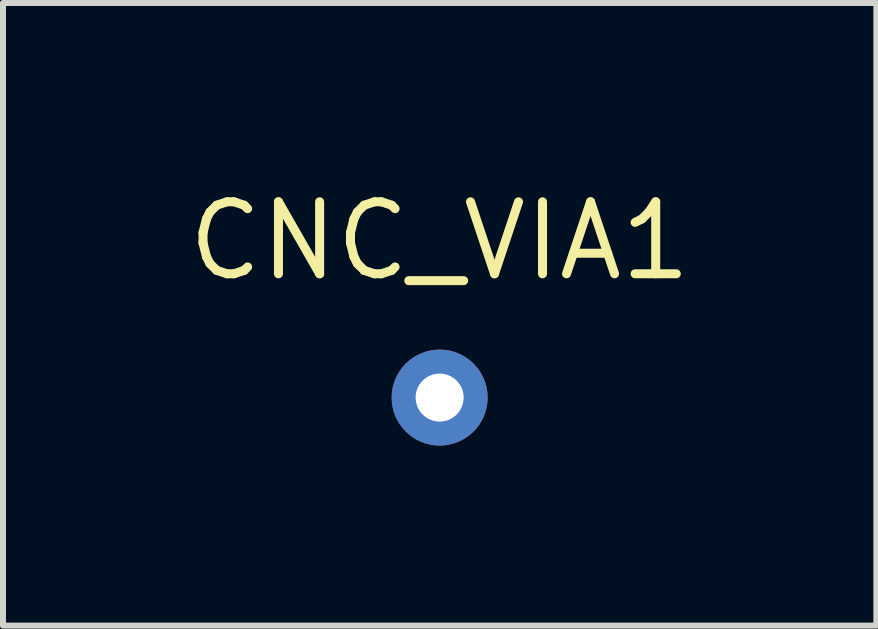
<source format=kicad_pcb>
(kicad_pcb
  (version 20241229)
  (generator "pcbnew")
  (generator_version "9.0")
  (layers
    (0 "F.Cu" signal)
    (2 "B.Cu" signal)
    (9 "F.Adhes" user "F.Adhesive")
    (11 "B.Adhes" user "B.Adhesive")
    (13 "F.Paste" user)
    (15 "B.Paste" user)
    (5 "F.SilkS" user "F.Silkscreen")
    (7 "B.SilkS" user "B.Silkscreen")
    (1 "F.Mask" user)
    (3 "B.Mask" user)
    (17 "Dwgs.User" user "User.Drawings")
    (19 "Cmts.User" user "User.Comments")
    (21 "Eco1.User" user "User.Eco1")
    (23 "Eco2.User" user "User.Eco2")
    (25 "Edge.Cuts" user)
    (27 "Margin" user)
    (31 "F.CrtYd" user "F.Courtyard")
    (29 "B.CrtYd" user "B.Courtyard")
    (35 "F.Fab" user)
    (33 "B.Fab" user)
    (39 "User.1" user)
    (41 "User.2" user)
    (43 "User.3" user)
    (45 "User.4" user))
  (footprint "CNC_VIA1"
    (layer "F.Cu")
    (at 4.276 3.575)
    (property "Reference" "CNC_VIA1" (at 0 -2.61 0) (layer "F.SilkS") (effects (font (size 1.2 1.2) (thickness 0.15))))
    (attr through_hole)
    (pad "1" thru_hole circle (at 0 0) (size 1.6 1.6) (drill 0.8) (layers "*.Cu")))
  (gr_rect
    (start -3 -3)
    (end 11.553 7.375)
    (stroke (width 0.1) (type default))
    (fill no)
    (layer "Edge.Cuts")))
</source>
